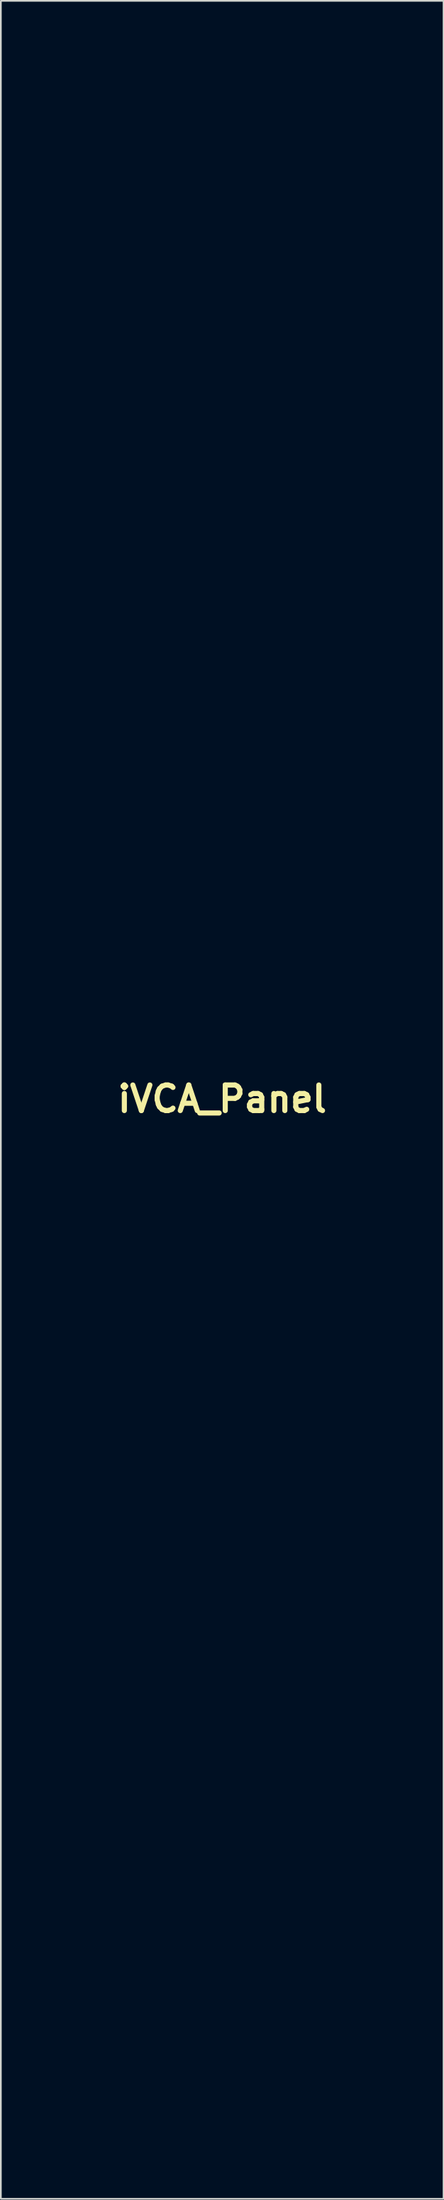
<source format=kicad_pcb>
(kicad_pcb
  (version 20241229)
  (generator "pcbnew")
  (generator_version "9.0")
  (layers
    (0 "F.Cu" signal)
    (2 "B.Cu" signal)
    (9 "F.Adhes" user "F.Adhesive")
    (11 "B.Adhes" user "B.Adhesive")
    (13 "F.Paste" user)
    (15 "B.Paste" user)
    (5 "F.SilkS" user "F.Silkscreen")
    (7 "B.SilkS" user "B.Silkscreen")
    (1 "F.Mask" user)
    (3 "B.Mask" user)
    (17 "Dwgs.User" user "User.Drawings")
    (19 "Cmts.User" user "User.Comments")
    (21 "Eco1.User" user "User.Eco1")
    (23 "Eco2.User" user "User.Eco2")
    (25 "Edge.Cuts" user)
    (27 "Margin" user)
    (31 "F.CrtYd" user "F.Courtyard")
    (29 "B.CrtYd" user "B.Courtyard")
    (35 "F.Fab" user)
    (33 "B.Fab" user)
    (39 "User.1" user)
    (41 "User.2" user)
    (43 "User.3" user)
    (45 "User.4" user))
  (footprint "iVCA_Panel"
    (layer "F.Cu")
    (at 10.005 61.418)
    (property "Reference" "iVCA_Panel" (at 0 0 0) (layer "F.SilkS") (effects (font (size 1.5 1.5) (thickness 0.3))))
    (attr board_only exclude_from_pos_files exclude_from_bom)
    (fp_poly (pts (xy -5.067 -17.783) (xy -5.067 -17.622) (xy -5.906 -17.622) (xy -6.745 -17.622) (xy -6.745 -17.783) (xy -6.745 -17.945) (xy -5.906 -17.945) (xy -5.067 -17.945)) (stroke (width 0) (type solid)) (fill yes) (layer "F.Mask"))
    (fp_poly (pts (xy -5.067 -0.097) (xy -5.067 0.065) (xy -5.906 0.065) (xy -6.745 0.065) (xy -6.745 -0.097) (xy -6.745 -0.258) (xy -5.906 -0.258) (xy -5.067 -0.258)) (stroke (width 0) (type solid)) (fill yes) (layer "F.Mask"))
    (fp_poly (pts (xy -5.003 -61.192) (xy -5.003 -60.966) (xy -7.504 -60.966) (xy -10.005 -60.966) (xy -10.005 -61.192) (xy -10.005 -61.418) (xy -7.504 -61.418) (xy -5.003 -61.418)) (stroke (width 0) (type solid)) (fill yes) (layer "F.Mask"))
    (fp_poly (pts (xy -5.003 -57.271) (xy -5.003 -56.964) (xy -5.309 -56.964) (xy -5.616 -56.964) (xy -5.616 -57.271) (xy -5.616 -57.578) (xy -5.309 -57.578) (xy -5.003 -57.578)) (stroke (width 0) (type solid)) (fill yes) (layer "F.Mask"))
    (fp_poly (pts (xy -5.003 -55.786) (xy -5.003 -54.899) (xy -5.309 -54.899) (xy -5.616 -54.899) (xy -5.616 -55.786) (xy -5.616 -56.674) (xy -5.309 -56.674) (xy -5.003 -56.674)) (stroke (width 0) (type solid)) (fill yes) (layer "F.Mask"))
    (fp_poly (pts (xy -5.003 61.289) (xy -5.003 61.515) (xy -7.504 61.515) (xy -10.005 61.515) (xy -10.005 61.289) (xy -10.005 61.063) (xy -7.504 61.063) (xy -5.003 61.063)) (stroke (width 0) (type solid)) (fill yes) (layer "F.Mask"))
    (fp_poly (pts (xy -0.936 26.82) (xy -0.936 27.659) (xy -1.13 27.659) (xy -1.323 27.659) (xy -1.323 26.82) (xy -1.323 25.981) (xy -1.13 25.981) (xy -0.936 25.981)) (stroke (width 0) (type solid)) (fill yes) (layer "F.Mask"))
    (fp_poly (pts (xy 10.005 -61.192) (xy 10.005 -60.966) (xy 4.97 -60.966) (xy -0.065 -60.966) (xy -0.065 -61.192) (xy -0.065 -61.418) (xy 4.97 -61.418) (xy 10.005 -61.418)) (stroke (width 0) (type solid)) (fill yes) (layer "F.Mask"))
    (fp_poly (pts (xy 10.005 61.289) (xy 10.005 61.515) (xy 4.97 61.515) (xy -0.065 61.515) (xy -0.065 61.289) (xy -0.065 61.063) (xy 4.97 61.063) (xy 10.005 61.063)) (stroke (width 0) (type solid)) (fill yes) (layer "F.Mask"))
    (fp_poly (pts (xy -7.94 26.659) (xy -7.94 27.336) (xy -7.31 27.336) (xy -6.681 27.336) (xy -6.681 27.498) (xy -6.681 27.659) (xy -7.504 27.659) (xy -8.327 27.659) (xy -8.327 26.82) (xy -8.327 25.981) (xy -8.133 25.981) (xy -7.94 25.981)) (stroke (width 0) (type solid)) (fill yes) (layer "F.Mask"))
    (fp_poly (pts (xy -7.94 49.832) (xy -7.94 50.51) (xy -7.31 50.51) (xy -6.681 50.51) (xy -6.681 50.671) (xy -6.681 50.832) (xy -7.504 50.832) (xy -8.327 50.832) (xy -8.327 49.993) (xy -8.327 49.154) (xy -8.133 49.154) (xy -7.94 49.154)) (stroke (width 0) (type solid)) (fill yes) (layer "F.Mask"))
    (fp_poly (pts (xy 1.969 -36.083) (xy 1.969 -35.405) (xy 2.598 -35.405) (xy 3.227 -35.405) (xy 3.227 -35.244) (xy 3.227 -35.082) (xy 2.404 -35.082) (xy 1.581 -35.082) (xy 1.581 -35.921) (xy 1.581 -36.761) (xy 1.775 -36.761) (xy 1.969 -36.761)) (stroke (width 0) (type solid)) (fill yes) (layer "F.Mask"))
    (fp_poly (pts (xy 0.71 0.952) (xy 0.71 1.097) (xy 0.323 1.097) (xy -0.065 1.097) (xy -0.065 1.791) (xy -0.065 2.485) (xy -0.258 2.485) (xy -0.452 2.485) (xy -0.452 1.791) (xy -0.452 1.097) (xy -0.839 1.097) (xy -1.226 1.097) (xy -1.226 0.952) (xy -1.226 0.807) (xy -0.258 0.807) (xy 0.71 0.807)) (stroke (width 0) (type solid)) (fill yes) (layer "F.Mask"))
    (fp_poly (pts (xy 3.227 49.299) (xy 3.227 49.444) (xy 2.84 49.444) (xy 2.453 49.444) (xy 2.453 50.138) (xy 2.453 50.832) (xy 2.259 50.832) (xy 2.066 50.832) (xy 2.066 50.138) (xy 2.066 49.444) (xy 1.678 49.444) (xy 1.291 49.444) (xy 1.291 49.299) (xy 1.291 49.154) (xy 2.259 49.154) (xy 3.227 49.154)) (stroke (width 0) (type solid)) (fill yes) (layer "F.Mask"))
    (fp_poly (pts (xy 1.065 -16.637) (xy 1.065 -16.492) (xy 0.403 -16.492) (xy -0.258 -16.492) (xy -0.258 -16.266) (xy -0.258 -16.04) (xy 0.097 -16.04) (xy 0.452 -16.04) (xy 0.452 -15.895) (xy 0.452 -15.75) (xy 0.097 -15.75) (xy -0.258 -15.75) (xy -0.258 -15.427) (xy -0.258 -15.104) (xy -0.452 -15.104) (xy -0.645 -15.104) (xy -0.645 -15.944) (xy -0.645 -16.783) (xy 0.21 -16.783) (xy 1.065 -16.783)) (stroke (width 0) (type solid)) (fill yes) (layer "F.Mask"))
    (fp_poly (pts (xy 6.068 -18.283) (xy 6.068 -17.945) (xy 6.406 -17.945) (xy 6.745 -17.945) (xy 6.745 -17.783) (xy 6.745 -17.622) (xy 6.406 -17.622) (xy 6.068 -17.622) (xy 6.068 -17.283) (xy 6.068 -16.944) (xy 5.906 -16.944) (xy 5.745 -16.944) (xy 5.745 -17.283) (xy 5.745 -17.622) (xy 5.406 -17.622) (xy 5.067 -17.622) (xy 5.067 -17.783) (xy 5.067 -17.945) (xy 5.406 -17.945) (xy 5.745 -17.945) (xy 5.745 -18.283) (xy 5.745 -18.622) (xy 5.906 -18.622) (xy 6.068 -18.622)) (stroke (width 0) (type solid)) (fill yes) (layer "F.Mask"))
    (fp_poly (pts (xy 6.068 -0.597) (xy 6.068 -0.258) (xy 6.406 -0.258) (xy 6.745 -0.258) (xy 6.745 -0.097) (xy 6.745 0.065) (xy 6.406 0.065) (xy 6.068 0.065) (xy 6.068 0.403) (xy 6.068 0.742) (xy 5.906 0.742) (xy 5.745 0.742) (xy 5.745 0.403) (xy 5.745 0.065) (xy 5.406 0.065) (xy 5.067 0.065) (xy 5.067 -0.097) (xy 5.067 -0.258) (xy 5.406 -0.258) (xy 5.745 -0.258) (xy 5.745 -0.597) (xy 5.745 -0.936) (xy 5.906 -0.936) (xy 6.068 -0.936)) (stroke (width 0) (type solid)) (fill yes) (layer "F.Mask"))
    (fp_poly (pts (xy -1.963 -56.239) (xy -2.695 -54.899) (xy -2.921 -54.9) (xy -3.147 -54.901) (xy -3.833 -56.102) (xy -3.981 -56.362) (xy -4.123 -56.609) (xy -4.253 -56.836) (xy -4.369 -57.038) (xy -4.465 -57.206) (xy -4.54 -57.335) (xy -4.588 -57.418) (xy -4.601 -57.44) (xy -4.683 -57.578) (xy -4.319 -57.577) (xy -3.954 -57.577) (xy -3.424 -56.624) (xy -3.298 -56.399) (xy -3.182 -56.195) (xy -3.078 -56.018) (xy -2.991 -55.873) (xy -2.925 -55.767) (xy -2.884 -55.708) (xy -2.87 -55.696) (xy -2.85 -55.73) (xy -2.803 -55.814) (xy -2.734 -55.941) (xy -2.646 -56.104) (xy -2.542 -56.297) (xy -2.428 -56.512) (xy -2.354 -56.65) (xy -1.862 -57.578) (xy -1.547 -57.578) (xy -1.231 -57.578)) (stroke (width 0) (type solid)) (fill yes) (layer "F.Mask"))
    (fp_poly (pts (xy 1.42 26.82) (xy 1.42 27.659) (xy 1.281 27.659) (xy 1.237 27.657) (xy 1.195 27.649) (xy 1.147 27.629) (xy 1.088 27.594) (xy 1.01 27.537) (xy 0.907 27.456) (xy 0.772 27.344) (xy 0.598 27.198) (xy 0.482 27.1) (xy -0.178 26.54) (xy -0.186 27.1) (xy -0.195 27.659) (xy -0.372 27.659) (xy -0.549 27.659) (xy -0.549 26.82) (xy -0.549 25.981) (xy -0.411 25.981) (xy -0.368 25.983) (xy -0.326 25.992) (xy -0.278 26.012) (xy -0.217 26.049) (xy -0.138 26.106) (xy -0.033 26.189) (xy 0.104 26.303) (xy 0.281 26.451) (xy 0.387 26.541) (xy 1.049 27.101) (xy 1.058 26.541) (xy 1.067 25.981) (xy 1.243 25.981) (xy 1.42 25.981)) (stroke (width 0) (type solid)) (fill yes) (layer "F.Mask"))
    (fp_poly (pts (xy 2.937 1.646) (xy 2.937 2.485) (xy 2.798 2.485) (xy 2.754 2.483) (xy 2.712 2.475) (xy 2.664 2.455) (xy 2.605 2.42) (xy 2.527 2.363) (xy 2.424 2.282) (xy 2.289 2.17) (xy 2.115 2.024) (xy 1.999 1.926) (xy 1.339 1.366) (xy 1.331 1.926) (xy 1.322 2.485) (xy 1.145 2.485) (xy 0.968 2.485) (xy 0.968 1.646) (xy 0.968 0.807) (xy 1.105 0.807) (xy 1.149 0.809) (xy 1.191 0.818) (xy 1.239 0.838) (xy 1.299 0.875) (xy 1.379 0.932) (xy 1.484 1.015) (xy 1.621 1.128) (xy 1.798 1.277) (xy 1.904 1.367) (xy 2.566 1.926) (xy 2.575 1.367) (xy 2.583 0.807) (xy 2.76 0.807) (xy 2.937 0.807)) (stroke (width 0) (type solid)) (fill yes) (layer "F.Mask"))
    (fp_poly (pts (xy -2.419 -36.161) (xy -2.089 -35.562) (xy -1.995 -35.734) (xy -1.945 -35.826) (xy -1.873 -35.959) (xy -1.789 -36.117) (xy -1.7 -36.285) (xy -1.674 -36.333) (xy -1.448 -36.761) (xy -1.253 -36.761) (xy -1.14 -36.757) (xy -1.084 -36.744) (xy -1.075 -36.72) (xy -1.094 -36.682) (xy -1.14 -36.596) (xy -1.209 -36.467) (xy -1.297 -36.306) (xy -1.399 -36.118) (xy -1.512 -35.912) (xy -1.524 -35.889) (xy -1.957 -35.098) (xy -2.1 -35.089) (xy -2.243 -35.079) (xy -2.711 -35.894) (xy -2.831 -36.102) (xy -2.94 -36.293) (xy -3.034 -36.458) (xy -3.11 -36.591) (xy -3.163 -36.684) (xy -3.188 -36.731) (xy -3.19 -36.734) (xy -3.166 -36.747) (xy -3.093 -36.757) (xy -2.986 -36.761) (xy -2.975 -36.761) (xy -2.75 -36.761)) (stroke (width 0) (type solid)) (fill yes) (layer "F.Mask"))
    (fp_poly (pts (xy 0.711 11.702) (xy 1.042 12.301) (xy 1.136 12.129) (xy 1.186 12.037) (xy 1.257 11.904) (xy 1.342 11.746) (xy 1.431 11.578) (xy 1.456 11.53) (xy 1.683 11.102) (xy 1.878 11.102) (xy 1.99 11.106) (xy 2.047 11.119) (xy 2.056 11.143) (xy 2.037 11.181) (xy 1.99 11.268) (xy 1.921 11.396) (xy 1.834 11.557) (xy 1.731 11.745) (xy 1.619 11.951) (xy 1.606 11.974) (xy 1.173 12.765) (xy 1.03 12.774) (xy 0.887 12.784) (xy 0.419 11.969) (xy 0.3 11.761) (xy 0.191 11.57) (xy 0.096 11.405) (xy 0.021 11.272) (xy -0.032 11.179) (xy -0.058 11.132) (xy -0.059 11.129) (xy -0.035 11.116) (xy 0.038 11.106) (xy 0.145 11.102) (xy 0.155 11.102) (xy 0.381 11.102)) (stroke (width 0) (type solid)) (fill yes) (layer "F.Mask"))
    (fp_poly (pts (xy -0.484 49.832) (xy -0.484 50.51) (xy 0.065 50.51) (xy 0.613 50.51) (xy 0.613 49.832) (xy 0.613 49.154) (xy 0.826 49.154) (xy 1.038 49.154) (xy 1.026 49.888) (xy 1.021 50.102) (xy 1.015 50.297) (xy 1.007 50.462) (xy 0.999 50.588) (xy 0.991 50.664) (xy 0.987 50.68) (xy 0.959 50.727) (xy 0.918 50.763) (xy 0.856 50.79) (xy 0.766 50.809) (xy 0.639 50.822) (xy 0.469 50.829) (xy 0.246 50.831) (xy 0.074 50.832) (xy -0.192 50.83) (xy -0.399 50.826) (xy -0.55 50.818) (xy -0.652 50.806) (xy -0.708 50.791) (xy -0.709 50.791) (xy -0.759 50.762) (xy -0.797 50.724) (xy -0.825 50.671) (xy -0.845 50.593) (xy -0.858 50.484) (xy -0.866 50.334) (xy -0.87 50.136) (xy -0.871 49.881) (xy -0.871 49.872) (xy -0.871 49.154) (xy -0.678 49.154) (xy -0.484 49.154)) (stroke (width 0) (type solid)) (fill yes) (layer "F.Mask"))
    (fp_poly (pts (xy -2.084 0.808) (xy -1.888 0.809) (xy -1.415 1.647) (xy -0.942 2.485) (xy -1.165 2.485) (xy -1.387 2.485) (xy -1.485 2.291) (xy -1.582 2.098) (xy -2.109 2.098) (xy -2.635 2.098) (xy -2.727 2.291) (xy -2.82 2.485) (xy -3.022 2.485) (xy -3.224 2.485) (xy -2.965 2.025) (xy -2.855 1.83) (xy -2.828 1.782) (xy -2.447 1.782) (xy -2.422 1.792) (xy -2.344 1.801) (xy -2.227 1.806) (xy -2.102 1.807) (xy -1.747 1.807) (xy -1.895 1.525) (xy -1.962 1.4) (xy -2.021 1.294) (xy -2.064 1.223) (xy -2.079 1.203) (xy -2.103 1.198) (xy -2.139 1.231) (xy -2.191 1.309) (xy -2.264 1.439) (xy -2.276 1.46) (xy -2.344 1.586) (xy -2.399 1.69) (xy -2.436 1.76) (xy -2.447 1.782) (xy -2.828 1.782) (xy -2.734 1.616) (xy -2.616 1.406) (xy -2.514 1.224) (xy -2.493 1.186) (xy -2.28 0.807)) (stroke (width 0) (type solid)) (fill yes) (layer "F.Mask"))
    (fp_poly (pts (xy -2.24 49.161) (xy -1.984 49.164) (xy -1.784 49.167) (xy -1.633 49.171) (xy -1.523 49.176) (xy -1.446 49.184) (xy -1.394 49.194) (xy -1.359 49.208) (xy -1.334 49.227) (xy -1.316 49.244) (xy -1.292 49.27) (xy -1.273 49.301) (xy -1.26 49.343) (xy -1.251 49.408) (xy -1.246 49.503) (xy -1.244 49.639) (xy -1.243 49.823) (xy -1.243 49.993) (xy -1.243 50.219) (xy -1.244 50.389) (xy -1.247 50.512) (xy -1.253 50.598) (xy -1.263 50.656) (xy -1.278 50.695) (xy -1.298 50.723) (xy -1.316 50.743) (xy -1.34 50.765) (xy -1.367 50.782) (xy -1.406 50.795) (xy -1.464 50.805) (xy -1.549 50.812) (xy -1.669 50.817) (xy -1.833 50.82) (xy -2.047 50.823) (xy -2.24 50.826) (xy -3.091 50.835) (xy -3.184 50.756) (xy -3.276 50.676) (xy -3.276 49.993) (xy -3.276 49.977) (xy -2.905 49.977) (xy -2.905 50.51) (xy -2.259 50.51) (xy -1.614 50.51) (xy -1.614 49.977) (xy -1.614 49.444) (xy -2.259 49.444) (xy -2.905 49.444) (xy -2.905 49.977) (xy -3.276 49.977) (xy -3.276 49.31) (xy -3.184 49.23) (xy -3.091 49.151)) (stroke (width 0) (type solid)) (fill yes) (layer "F.Mask"))
    (fp_poly (pts (xy -1.982 -16.776) (xy -1.726 -16.773) (xy -1.526 -16.77) (xy -1.375 -16.766) (xy -1.265 -16.761) (xy -1.188 -16.753) (xy -1.136 -16.743) (xy -1.101 -16.728) (xy -1.075 -16.71) (xy -1.058 -16.693) (xy -1.033 -16.666) (xy -1.015 -16.636) (xy -1.002 -16.593) (xy -0.993 -16.529) (xy -0.988 -16.433) (xy -0.985 -16.298) (xy -0.984 -16.114) (xy -0.984 -15.944) (xy -0.985 -15.718) (xy -0.986 -15.548) (xy -0.989 -15.425) (xy -0.995 -15.338) (xy -1.005 -15.281) (xy -1.019 -15.242) (xy -1.039 -15.214) (xy -1.058 -15.194) (xy -1.082 -15.172) (xy -1.109 -15.155) (xy -1.148 -15.142) (xy -1.206 -15.132) (xy -1.291 -15.125) (xy -1.411 -15.12) (xy -1.574 -15.116) (xy -1.788 -15.113) (xy -1.982 -15.111) (xy -2.833 -15.101) (xy -2.925 -15.181) (xy -3.018 -15.26) (xy -3.018 -15.944) (xy -3.018 -15.96) (xy -2.647 -15.96) (xy -2.647 -15.427) (xy -2.001 -15.427) (xy -1.356 -15.427) (xy -1.356 -15.96) (xy -1.356 -16.492) (xy -2.001 -16.492) (xy -2.647 -16.492) (xy -2.647 -15.96) (xy -3.018 -15.96) (xy -3.018 -16.627) (xy -2.925 -16.706) (xy -2.833 -16.786)) (stroke (width 0) (type solid)) (fill yes) (layer "F.Mask"))
    (fp_poly (pts (xy 0.245 -36.754) (xy 0.501 -36.751) (xy 0.701 -36.748) (xy 0.852 -36.744) (xy 0.962 -36.739) (xy 1.039 -36.731) (xy 1.091 -36.72) (xy 1.126 -36.706) (xy 1.152 -36.688) (xy 1.169 -36.671) (xy 1.194 -36.644) (xy 1.212 -36.614) (xy 1.225 -36.571) (xy 1.234 -36.507) (xy 1.239 -36.411) (xy 1.242 -36.276) (xy 1.242 -36.092) (xy 1.243 -35.921) (xy 1.242 -35.696) (xy 1.241 -35.526) (xy 1.238 -35.402) (xy 1.232 -35.316) (xy 1.222 -35.258) (xy 1.208 -35.22) (xy 1.188 -35.191) (xy 1.169 -35.172) (xy 1.145 -35.15) (xy 1.118 -35.133) (xy 1.079 -35.119) (xy 1.021 -35.11) (xy 0.936 -35.103) (xy 0.816 -35.098) (xy 0.653 -35.094) (xy 0.439 -35.091) (xy 0.245 -35.089) (xy -0.606 -35.079) (xy -0.698 -35.159) (xy -0.791 -35.238) (xy -0.791 -35.921) (xy -0.791 -35.938) (xy -0.42 -35.938) (xy -0.42 -35.405) (xy 0.226 -35.405) (xy 0.871 -35.405) (xy 0.871 -35.938) (xy 0.871 -36.47) (xy 0.226 -36.47) (xy -0.42 -36.47) (xy -0.42 -35.938) (xy -0.791 -35.938) (xy -0.791 -36.605) (xy -0.698 -36.684) (xy -0.606 -36.764)) (stroke (width 0) (type solid)) (fill yes) (layer "F.Mask"))
    (fp_poly (pts (xy 4.988 -56.344) (xy 5.137 -56.082) (xy 5.279 -55.835) (xy 5.409 -55.607) (xy 5.523 -55.407) (xy 5.619 -55.24) (xy 5.692 -55.112) (xy 5.739 -55.029) (xy 5.754 -55.004) (xy 5.816 -54.899) (xy 5.46 -54.899) (xy 5.104 -54.899) (xy 4.948 -55.181) (xy 4.791 -55.464) (xy 3.947 -55.472) (xy 3.102 -55.481) (xy 2.952 -55.19) (xy 2.801 -54.899) (xy 2.484 -54.899) (xy 2.166 -54.899) (xy 2.461 -55.423) (xy 2.56 -55.599) (xy 2.683 -55.817) (xy 2.775 -55.981) (xy 3.389 -55.981) (xy 3.419 -55.975) (xy 3.504 -55.971) (xy 3.633 -55.967) (xy 3.795 -55.965) (xy 3.956 -55.964) (xy 4.524 -55.964) (xy 4.259 -56.472) (xy 4.172 -56.638) (xy 4.094 -56.784) (xy 4.031 -56.9) (xy 3.988 -56.978) (xy 3.971 -57.006) (xy 3.952 -56.985) (xy 3.907 -56.918) (xy 3.845 -56.815) (xy 3.769 -56.688) (xy 3.687 -56.546) (xy 3.605 -56.4) (xy 3.528 -56.26) (xy 3.463 -56.138) (xy 3.415 -56.044) (xy 3.391 -55.989) (xy 3.389 -55.981) (xy 2.775 -55.981) (xy 2.82 -56.062) (xy 2.965 -56.318) (xy 3.108 -56.573) (xy 3.21 -56.755) (xy 3.664 -57.562) (xy 3.973 -57.571) (xy 4.283 -57.58)) (stroke (width 0) (type solid)) (fill yes) (layer "F.Mask"))
    (fp_poly (pts (xy 6.931 -33.17) (xy 7.158 -33.162) (xy 7.332 -33.15) (xy 7.466 -33.133) (xy 7.572 -33.109) (xy 7.617 -33.095) (xy 7.872 -32.976) (xy 8.109 -32.803) (xy 8.317 -32.589) (xy 8.483 -32.345) (xy 8.558 -32.188) (xy 8.633 -32) (xy 8.633 -5.019) (xy 8.633 21.963) (xy 8.558 22.151) (xy 8.422 22.408) (xy 8.239 22.642) (xy 8.018 22.84) (xy 7.772 22.993) (xy 7.617 23.058) (xy 7.52 23.085) (xy 7.401 23.105) (xy 7.248 23.119) (xy 7.048 23.129) (xy 6.931 23.133) (xy 6.423 23.148) (xy 6.423 22.986) (xy 6.423 22.825) (xy 6.915 22.812) (xy 7.113 22.806) (xy 7.26 22.798) (xy 7.369 22.786) (xy 7.453 22.769) (xy 7.526 22.745) (xy 7.568 22.727) (xy 7.815 22.59) (xy 8.008 22.426) (xy 8.154 22.226) (xy 8.259 21.988) (xy 8.327 21.787) (xy 8.327 -5.019) (xy 8.327 -31.825) (xy 8.259 -32.025) (xy 8.152 -32.268) (xy 8.005 -32.467) (xy 7.811 -32.63) (xy 7.568 -32.764) (xy 7.496 -32.793) (xy 7.42 -32.814) (xy 7.327 -32.829) (xy 7.204 -32.839) (xy 7.037 -32.846) (xy 6.915 -32.85) (xy 6.423 -32.862) (xy 6.423 -33.024) (xy 6.423 -33.185)) (stroke (width 0) (type solid)) (fill yes) (layer "F.Mask"))
    (fp_poly (pts (xy -0.935 11.104) (xy -0.73 11.109) (xy -0.579 11.117) (xy -0.478 11.128) (xy -0.421 11.143) (xy -0.42 11.144) (xy -0.345 11.215) (xy -0.29 11.332) (xy -0.262 11.481) (xy -0.26 11.528) (xy -0.262 11.595) (xy -0.28 11.638) (xy -0.327 11.665) (xy -0.414 11.685) (xy -0.524 11.701) (xy -0.678 11.723) (xy -0.678 11.558) (xy -0.678 11.393) (xy -1.194 11.393) (xy -1.711 11.393) (xy -1.711 11.925) (xy -1.711 12.458) (xy -1.194 12.458) (xy -0.678 12.458) (xy -0.678 12.278) (xy -0.678 12.097) (xy -0.541 12.12) (xy -0.405 12.146) (xy -0.321 12.175) (xy -0.277 12.216) (xy -0.261 12.279) (xy -0.26 12.336) (xy -0.278 12.503) (xy -0.325 12.636) (xy -0.396 12.724) (xy -0.42 12.739) (xy -0.474 12.754) (xy -0.573 12.766) (xy -0.722 12.774) (xy -0.925 12.778) (xy -1.187 12.78) (xy -1.2 12.78) (xy -1.43 12.78) (xy -1.604 12.779) (xy -1.732 12.776) (xy -1.823 12.771) (xy -1.885 12.761) (xy -1.928 12.747) (xy -1.96 12.728) (xy -1.991 12.703) (xy -2.082 12.625) (xy -2.082 11.942) (xy -2.082 11.258) (xy -1.991 11.18) (xy -1.96 11.155) (xy -1.927 11.136) (xy -1.884 11.122) (xy -1.822 11.112) (xy -1.731 11.107) (xy -1.603 11.104) (xy -1.428 11.103) (xy -1.2 11.103)) (stroke (width 0) (type solid)) (fill yes) (layer "F.Mask"))
    (fp_poly (pts (xy 7.683 25.982) (xy 7.9 25.986) (xy 8.068 25.993) (xy 8.192 26.005) (xy 8.28 26.023) (xy 8.339 26.048) (xy 8.378 26.08) (xy 8.401 26.122) (xy 8.404 26.128) (xy 8.413 26.186) (xy 8.419 26.29) (xy 8.423 26.422) (xy 8.423 26.564) (xy 8.42 26.697) (xy 8.414 26.804) (xy 8.404 26.865) (xy 8.404 26.867) (xy 8.345 26.935) (xy 8.236 26.984) (xy 8.09 27.011) (xy 8.014 27.014) (xy 7.828 27.014) (xy 7.955 27.119) (xy 8.035 27.185) (xy 8.148 27.276) (xy 8.275 27.38) (xy 8.351 27.441) (xy 8.621 27.659) (xy 8.335 27.659) (xy 8.05 27.659) (xy 7.707 27.336) (xy 7.364 27.014) (xy 7.184 27.014) (xy 7.004 27.014) (xy 7.004 27.336) (xy 7.004 27.659) (xy 6.81 27.659) (xy 6.616 27.659) (xy 6.616 26.82) (xy 6.616 26.497) (xy 7.004 26.497) (xy 7.004 26.723) (xy 7.481 26.723) (xy 7.699 26.721) (xy 7.856 26.714) (xy 7.955 26.701) (xy 7.998 26.685) (xy 8.021 26.631) (xy 8.035 26.54) (xy 8.036 26.497) (xy 8.028 26.399) (xy 8.008 26.327) (xy 7.998 26.31) (xy 7.951 26.293) (xy 7.849 26.281) (xy 7.689 26.274) (xy 7.481 26.271) (xy 7.004 26.271) (xy 7.004 26.497) (xy 6.616 26.497) (xy 6.616 25.981) (xy 7.409 25.981)) (stroke (width 0) (type solid)) (fill yes) (layer "F.Mask"))
    (fp_poly (pts (xy 7.683 49.155) (xy 7.9 49.159) (xy 8.068 49.166) (xy 8.192 49.178) (xy 8.28 49.196) (xy 8.339 49.221) (xy 8.378 49.254) (xy 8.401 49.295) (xy 8.404 49.301) (xy 8.413 49.359) (xy 8.419 49.463) (xy 8.423 49.595) (xy 8.423 49.737) (xy 8.42 49.87) (xy 8.414 49.977) (xy 8.404 50.038) (xy 8.404 50.04) (xy 8.345 50.108) (xy 8.236 50.157) (xy 8.09 50.184) (xy 8.014 50.187) (xy 7.828 50.187) (xy 7.955 50.292) (xy 8.035 50.358) (xy 8.148 50.449) (xy 8.275 50.553) (xy 8.351 50.614) (xy 8.621 50.832) (xy 8.335 50.832) (xy 8.05 50.832) (xy 7.707 50.51) (xy 7.364 50.187) (xy 7.184 50.187) (xy 7.004 50.187) (xy 7.004 50.51) (xy 7.004 50.832) (xy 6.81 50.832) (xy 6.616 50.832) (xy 6.616 49.993) (xy 6.616 49.67) (xy 7.004 49.67) (xy 7.004 49.896) (xy 7.481 49.896) (xy 7.699 49.894) (xy 7.856 49.887) (xy 7.955 49.874) (xy 7.998 49.858) (xy 8.021 49.804) (xy 8.035 49.713) (xy 8.036 49.67) (xy 8.028 49.573) (xy 8.008 49.5) (xy 7.998 49.483) (xy 7.951 49.466) (xy 7.849 49.454) (xy 7.689 49.447) (xy 7.481 49.444) (xy 7.004 49.444) (xy 7.004 49.67) (xy 6.616 49.67) (xy 6.616 49.154) (xy 7.409 49.154)) (stroke (width 0) (type solid)) (fill yes) (layer "F.Mask"))
    (fp_poly (pts (xy -1.735 35.528) (xy -1.097 36.163) (xy -1.097 38.116) (xy -1.097 40.07) (xy -1.494 40.465) (xy -1.89 40.86) (xy -2.049 40.698) (xy -2.209 40.536) (xy -1.879 40.205) (xy -1.549 39.874) (xy -1.549 38.995) (xy -1.55 38.764) (xy -1.551 38.556) (xy -1.553 38.379) (xy -1.556 38.241) (xy -1.559 38.151) (xy -1.562 38.116) (xy -1.562 38.116) (xy -1.593 38.132) (xy -1.67 38.176) (xy -1.786 38.244) (xy -1.932 38.33) (xy -2.099 38.429) (xy -2.146 38.457) (xy -2.321 38.561) (xy -2.478 38.654) (xy -2.609 38.73) (xy -2.706 38.785) (xy -2.758 38.813) (xy -2.762 38.816) (xy -2.777 38.813) (xy -2.789 38.787) (xy -2.797 38.73) (xy -2.802 38.636) (xy -2.806 38.497) (xy -2.808 38.307) (xy -2.808 38.103) (xy -2.807 37.894) (xy -2.805 37.708) (xy -2.802 37.555) (xy -2.797 37.443) (xy -2.792 37.382) (xy -2.79 37.374) (xy -2.758 37.39) (xy -2.679 37.434) (xy -2.561 37.501) (xy -2.412 37.588) (xy -2.242 37.688) (xy -2.173 37.729) (xy -1.996 37.833) (xy -1.839 37.925) (xy -1.71 38.001) (xy -1.617 38.054) (xy -1.567 38.081) (xy -1.562 38.084) (xy -1.558 38.053) (xy -1.555 37.966) (xy -1.553 37.831) (xy -1.551 37.657) (xy -1.55 37.451) (xy -1.549 37.223) (xy -1.549 37.22) (xy -1.549 36.357) (xy -2.127 35.779) (xy -2.705 35.202) (xy -2.539 35.047) (xy -2.372 34.893)) (stroke (width 0) (type solid)) (fill yes) (layer "F.Mask"))
    (fp_poly (pts (xy 2.539 35.047) (xy 2.705 35.202) (xy 2.127 35.779) (xy 1.549 36.357) (xy 1.549 37.22) (xy 1.55 37.449) (xy 1.551 37.655) (xy 1.553 37.829) (xy 1.555 37.965) (xy 1.558 38.052) (xy 1.562 38.084) (xy 1.562 38.084) (xy 1.592 38.068) (xy 1.669 38.024) (xy 1.786 37.957) (xy 1.933 37.87) (xy 2.103 37.77) (xy 2.173 37.729) (xy 2.35 37.624) (xy 2.507 37.532) (xy 2.638 37.457) (xy 2.733 37.403) (xy 2.783 37.376) (xy 2.79 37.374) (xy 2.795 37.405) (xy 2.799 37.491) (xy 2.803 37.623) (xy 2.806 37.793) (xy 2.808 37.991) (xy 2.808 38.103) (xy 2.807 38.342) (xy 2.805 38.523) (xy 2.802 38.654) (xy 2.796 38.742) (xy 2.787 38.793) (xy 2.775 38.815) (xy 2.762 38.816) (xy 2.722 38.794) (xy 2.635 38.745) (xy 2.511 38.673) (xy 2.359 38.584) (xy 2.187 38.482) (xy 2.146 38.457) (xy 1.974 38.355) (xy 1.822 38.265) (xy 1.697 38.192) (xy 1.609 38.141) (xy 1.565 38.117) (xy 1.562 38.116) (xy 1.559 38.147) (xy 1.556 38.234) (xy 1.553 38.369) (xy 1.551 38.544) (xy 1.55 38.75) (xy 1.549 38.98) (xy 1.549 38.995) (xy 1.549 39.874) (xy 1.88 40.205) (xy 2.21 40.537) (xy 2.049 40.698) (xy 1.887 40.86) (xy 1.492 40.464) (xy 1.097 40.068) (xy 1.097 38.115) (xy 1.097 36.163) (xy 1.735 35.528) (xy 2.372 34.893)) (stroke (width 0) (type solid)) (fill yes) (layer "F.Mask"))
    (fp_poly (pts (xy 2.265 -16.776) (xy 2.331 -16.775) (xy 2.579 -16.772) (xy 2.771 -16.766) (xy 2.914 -16.756) (xy 3.016 -16.739) (xy 3.085 -16.713) (xy 3.129 -16.675) (xy 3.155 -16.624) (xy 3.173 -16.556) (xy 3.18 -16.517) (xy 3.188 -16.445) (xy 3.171 -16.397) (xy 3.119 -16.363) (xy 3.02 -16.333) (xy 2.945 -16.316) (xy 2.874 -16.305) (xy 2.845 -16.325) (xy 2.84 -16.389) (xy 2.84 -16.393) (xy 2.84 -16.492) (xy 2.291 -16.492) (xy 1.743 -16.492) (xy 1.743 -16.299) (xy 1.743 -16.105) (xy 2.375 -16.105) (xy 3.006 -16.105) (xy 3.101 -16.011) (xy 3.146 -15.962) (xy 3.174 -15.915) (xy 3.188 -15.853) (xy 3.194 -15.758) (xy 3.195 -15.625) (xy 3.19 -15.439) (xy 3.171 -15.307) (xy 3.136 -15.218) (xy 3.081 -15.16) (xy 3.045 -15.14) (xy 2.979 -15.126) (xy 2.862 -15.115) (xy 2.705 -15.107) (xy 2.52 -15.103) (xy 2.32 -15.103) (xy 2.117 -15.105) (xy 1.922 -15.111) (xy 1.748 -15.119) (xy 1.607 -15.131) (xy 1.51 -15.145) (xy 1.477 -15.155) (xy 1.403 -15.222) (xy 1.37 -15.291) (xy 1.344 -15.416) (xy 1.335 -15.492) (xy 1.354 -15.533) (xy 1.409 -15.553) (xy 1.508 -15.567) (xy 1.541 -15.572) (xy 1.639 -15.583) (xy 1.69 -15.58) (xy 1.708 -15.556) (xy 1.711 -15.511) (xy 1.711 -15.427) (xy 2.275 -15.427) (xy 2.84 -15.427) (xy 2.84 -15.605) (xy 2.84 -15.782) (xy 2.235 -15.783) (xy 1.996 -15.784) (xy 1.813 -15.789) (xy 1.678 -15.8) (xy 1.582 -15.818) (xy 1.517 -15.847) (xy 1.473 -15.887) (xy 1.443 -15.941) (xy 1.43 -15.977) (xy 1.403 -16.107) (xy 1.393 -16.269) (xy 1.4 -16.434) (xy 1.425 -16.571) (xy 1.43 -16.588) (xy 1.454 -16.648) (xy 1.485 -16.695) (xy 1.531 -16.729) (xy 1.6 -16.753) (xy 1.7 -16.767) (xy 1.839 -16.775) (xy 2.025 -16.777)) (stroke (width 0) (type solid)) (fill yes) (layer "F.Mask"))
    (fp_poly (pts (xy 0.112 -57.574) (xy 0.384 -57.572) (xy 0.509 -57.571) (xy 0.807 -57.568) (xy 1.048 -57.565) (xy 1.238 -57.561) (xy 1.385 -57.556) (xy 1.495 -57.55) (xy 1.575 -57.541) (xy 1.632 -57.531) (xy 1.674 -57.518) (xy 1.702 -57.504) (xy 1.796 -57.432) (xy 1.863 -57.328) (xy 1.905 -57.182) (xy 1.928 -56.984) (xy 1.929 -56.976) (xy 1.936 -56.846) (xy 1.936 -56.766) (xy 1.926 -56.722) (xy 1.902 -56.703) (xy 1.868 -56.693) (xy 1.783 -56.677) (xy 1.669 -56.658) (xy 1.546 -56.638) (xy 1.435 -56.622) (xy 1.354 -56.611) (xy 1.329 -56.609) (xy 1.307 -56.64) (xy 1.294 -56.731) (xy 1.291 -56.851) (xy 1.291 -57.094) (xy 0.468 -57.094) (xy -0.355 -57.094) (xy -0.355 -56.254) (xy -0.355 -55.415) (xy 0.468 -55.415) (xy 1.291 -55.415) (xy 1.291 -55.69) (xy 1.294 -55.834) (xy 1.304 -55.922) (xy 1.322 -55.96) (xy 1.331 -55.962) (xy 1.38 -55.956) (xy 1.474 -55.938) (xy 1.597 -55.914) (xy 1.646 -55.904) (xy 1.92 -55.847) (xy 1.918 -55.543) (xy 1.909 -55.343) (xy 1.882 -55.195) (xy 1.834 -55.087) (xy 1.759 -55.009) (xy 1.702 -54.972) (xy 1.668 -54.956) (xy 1.624 -54.944) (xy 1.564 -54.934) (xy 1.479 -54.926) (xy 1.365 -54.92) (xy 1.212 -54.915) (xy 1.015 -54.912) (xy 0.767 -54.909) (xy 0.5 -54.907) (xy 0.203 -54.905) (xy -0.037 -54.904) (xy -0.227 -54.904) (xy -0.374 -54.906) (xy -0.485 -54.911) (xy -0.568 -54.917) (xy -0.629 -54.926) (xy -0.677 -54.939) (xy -0.717 -54.954) (xy -0.732 -54.961) (xy -0.798 -54.993) (xy -0.852 -55.026) (xy -0.894 -55.068) (xy -0.926 -55.125) (xy -0.949 -55.205) (xy -0.965 -55.313) (xy -0.976 -55.457) (xy -0.981 -55.643) (xy -0.984 -55.879) (xy -0.984 -56.171) (xy -0.984 -56.238) (xy -0.984 -56.543) (xy -0.982 -56.79) (xy -0.977 -56.986) (xy -0.968 -57.139) (xy -0.953 -57.253) (xy -0.931 -57.338) (xy -0.9 -57.399) (xy -0.86 -57.443) (xy -0.808 -57.478) (xy -0.743 -57.509) (xy -0.724 -57.518) (xy -0.682 -57.535) (xy -0.636 -57.548) (xy -0.58 -57.559) (xy -0.507 -57.566) (xy -0.408 -57.571) (xy -0.277 -57.574) (xy -0.106 -57.575)) (stroke (width 0) (type solid)) (fill yes) (layer "F.Mask"))
    (fp_poly (pts (xy -6.358 -33.023) (xy -6.358 -32.862) (xy -6.866 -32.85) (xy -7.067 -32.844) (xy -7.216 -32.836) (xy -7.327 -32.825) (xy -7.412 -32.809) (xy -7.483 -32.786) (xy -7.536 -32.764) (xy -7.783 -32.628) (xy -7.976 -32.464) (xy -8.122 -32.264) (xy -8.227 -32.025) (xy -8.295 -31.825) (xy -8.295 -5.023) (xy -8.295 -3.443) (xy -8.295 -1.927) (xy -8.295 -0.472) (xy -8.294 0.921) (xy -8.294 2.256) (xy -8.294 3.532) (xy -8.294 4.751) (xy -8.294 5.916) (xy -8.294 7.026) (xy -8.294 8.083) (xy -8.294 9.088) (xy -8.293 10.044) (xy -8.293 10.95) (xy -8.293 11.809) (xy -8.292 12.622) (xy -8.292 13.389) (xy -8.292 14.113) (xy -8.291 14.794) (xy -8.291 15.435) (xy -8.29 16.035) (xy -8.289 16.597) (xy -8.288 17.122) (xy -8.288 17.61) (xy -8.287 18.064) (xy -8.286 18.485) (xy -8.285 18.874) (xy -8.284 19.232) (xy -8.282 19.561) (xy -8.281 19.862) (xy -8.28 20.136) (xy -8.278 20.384) (xy -8.277 20.608) (xy -8.275 20.809) (xy -8.273 20.989) (xy -8.271 21.148) (xy -8.269 21.289) (xy -8.267 21.412) (xy -8.265 21.518) (xy -8.263 21.609) (xy -8.26 21.687) (xy -8.258 21.752) (xy -8.255 21.805) (xy -8.252 21.849) (xy -8.249 21.885) (xy -8.246 21.913) (xy -8.243 21.935) (xy -8.24 21.952) (xy -8.236 21.966) (xy -8.234 21.975) (xy -8.128 22.221) (xy -7.974 22.427) (xy -7.768 22.599) (xy -7.536 22.727) (xy -7.465 22.755) (xy -7.392 22.776) (xy -7.301 22.791) (xy -7.182 22.801) (xy -7.021 22.808) (xy -6.866 22.812) (xy -6.358 22.825) (xy -6.358 22.983) (xy -6.358 23.141) (xy -6.818 23.138) (xy -7 23.134) (xy -7.175 23.125) (xy -7.324 23.113) (xy -7.429 23.098) (xy -7.444 23.095) (xy -7.724 22.996) (xy -7.979 22.845) (xy -8.201 22.649) (xy -8.383 22.418) (xy -8.517 22.16) (xy -8.583 21.938) (xy -8.586 21.904) (xy -8.588 21.826) (xy -8.59 21.702) (xy -8.592 21.531) (xy -8.593 21.314) (xy -8.595 21.049) (xy -8.597 20.736) (xy -8.598 20.374) (xy -8.6 19.963) (xy -8.601 19.502) (xy -8.603 18.99) (xy -8.604 18.427) (xy -8.605 17.812) (xy -8.606 17.145) (xy -8.607 16.424) (xy -8.608 15.65) (xy -8.609 14.821) (xy -8.609 13.938) (xy -8.61 12.998) (xy -8.61 12.003) (xy -8.611 10.95) (xy -8.611 9.84) (xy -8.611 8.672) (xy -8.611 7.445) (xy -8.611 6.159) (xy -8.611 4.813) (xy -8.611 3.406) (xy -8.611 1.938) (xy -8.611 0.408) (xy -8.611 -1.185) (xy -8.61 -2.84) (xy -8.61 -4.559) (xy -8.61 -5.116) (xy -8.601 -32) (xy -8.525 -32.188) (xy -8.39 -32.445) (xy -8.206 -32.679) (xy -7.985 -32.878) (xy -7.739 -33.031) (xy -7.584 -33.095) (xy -7.491 -33.121) (xy -7.378 -33.141) (xy -7.233 -33.155) (xy -7.043 -33.165) (xy -6.883 -33.171) (xy -6.358 -33.185)) (stroke (width 0) (type solid)) (fill yes) (layer "F.Mask")))
  (gr_rect
    (start -3 -3)
    (end 23.01 125.933)
    (stroke (width 0.1) (type default))
    (fill no)
    (layer "Edge.Cuts")))
</source>
